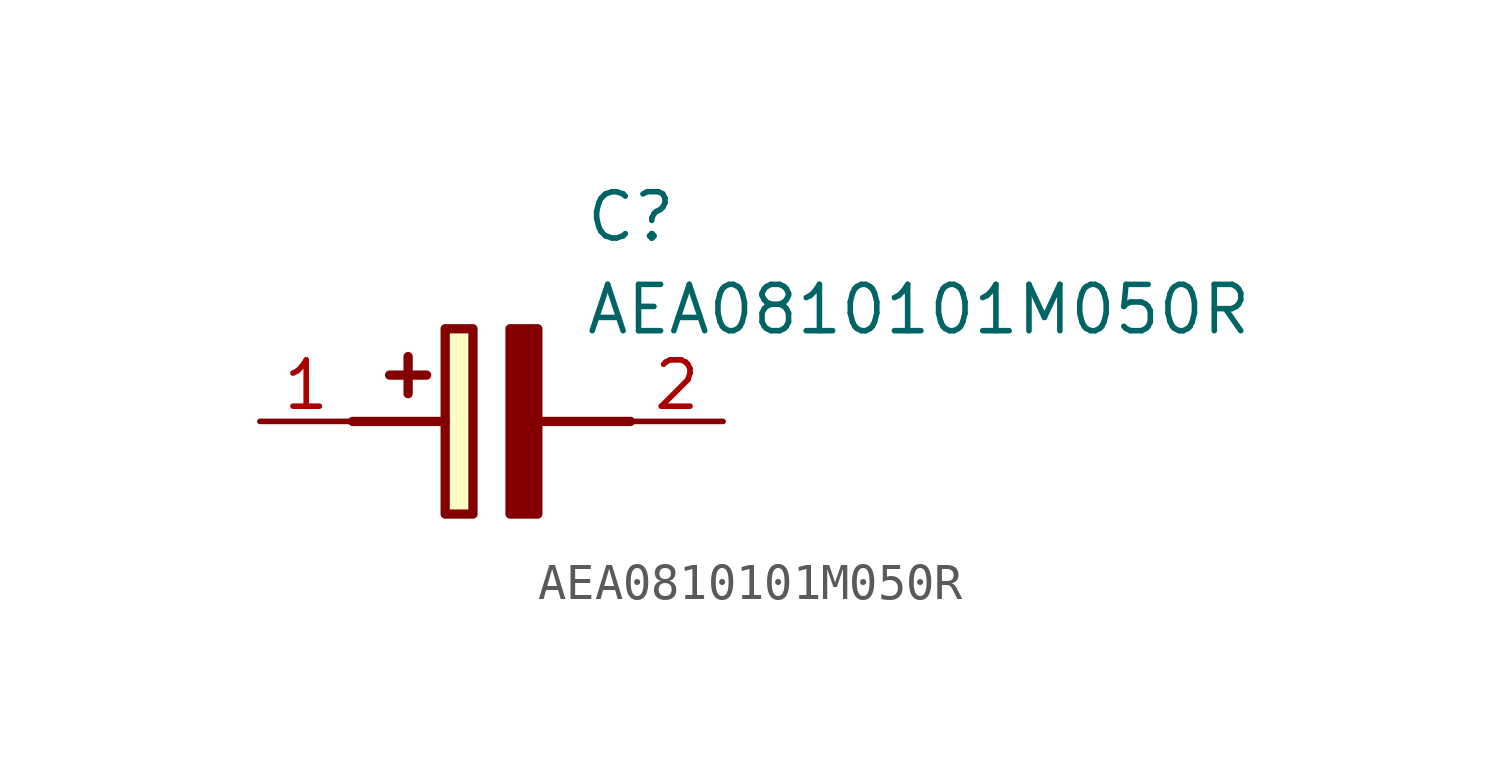
<source format=kicad_sym>
(kicad_symbol_lib
  (version 20211014)
  (generator SamacSys_ECAD_Model)
  (symbol "AEA0810101M050R"
    (pin_names hide)
    (property "Reference" "C"
      (at 8.89 6.35 0)
      (effects (font (size 1.27 1.27)) (justify left top)))
    (property "Value" "AEA0810101M050R"
      (at 8.89 3.81 0)
      (effects (font (size 1.27 1.27)) (justify left top)))
    (rectangle
      (start 5.08 2.54)
      (end 5.842 -2.54)
      (stroke (width 0.254) (type default))
      (fill (type background)))
    (polyline
      (pts (xy 4.572 1.27) (xy 3.556 1.27))
      (stroke (width 0.254) (type default))
      (fill (type none)))
    (polyline
      (pts (xy 4.064 1.778) (xy 4.064 0.762))
      (stroke (width 0.254) (type default))
      (fill (type none)))
    (polyline
      (pts (xy 2.54 0) (xy 5.08 0))
      (stroke (width 0.254) (type default))
      (fill (type none)))
    (polyline
      (pts (xy 7.62 0) (xy 10.16 0))
      (stroke (width 0.254) (type default))
      (fill (type none)))
    (polyline
      (pts (xy 7.62 2.54) (xy 7.62 -2.54) (xy 6.858 -2.54) (xy 6.858 2.54) (xy 7.62 2.54))
      (stroke (width 0.254) (type default))
      (fill (type outline)))
    (pin passive line
      (at 0 0 0)
      (length 2.54)
      (name "+" (effects (font (size 1.27 1.27))))
      (number "1" (effects (font (size 1.27 1.27)))))
    (pin passive line
      (at 12.7 0 180)
      (length 2.54)
      (name "-" (effects (font (size 1.27 1.27))))
      (number "2" (effects (font (size 1.27 1.27)))))))
</source>
